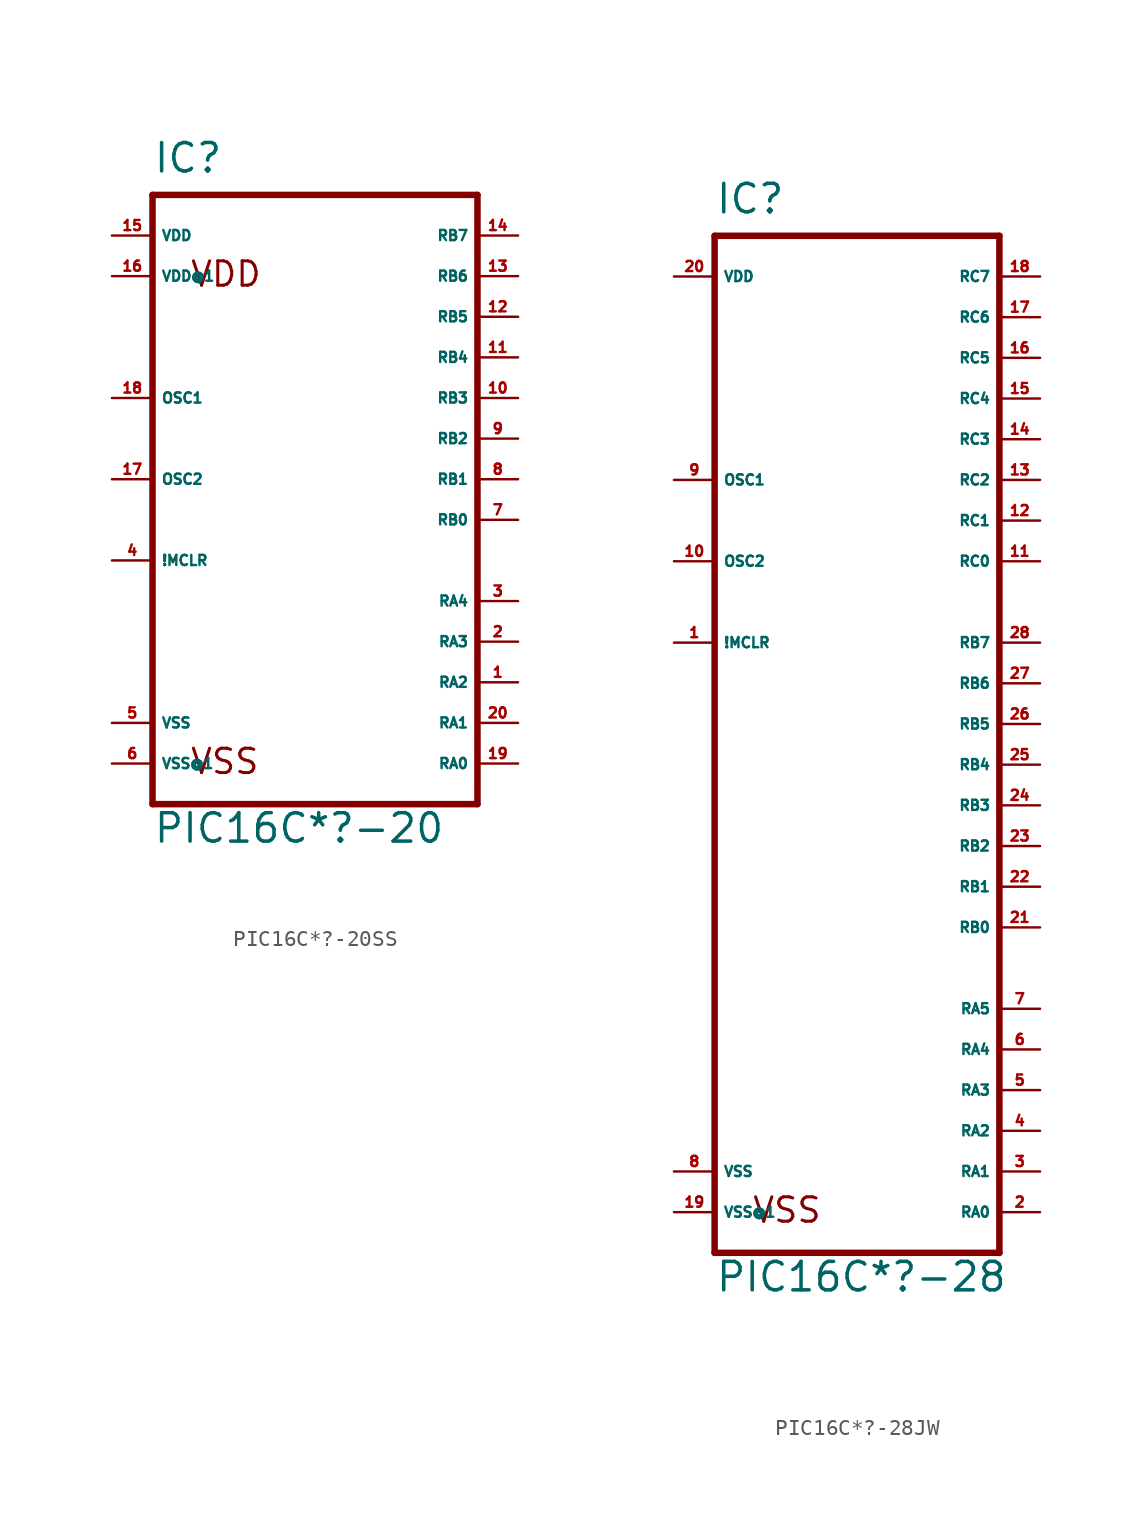
<source format=kicad_sym>
(kicad_symbol_lib
  (version 20220914)
  (generator Eagle2Kicad)
  (symbol "PIC16C*?-20SS"
    (property "Reference" "IC"
      (at -10.16 19.05 0)
      (effects (font (size 1.778 1.778) (thickness 0.22)) (justify left bottom)))
    (property "Value" "PIC16C*?-20"
      (at -10.16 -22.86 0)
      (effects (font (size 1.778 1.778) (thickness 0.22)) (justify left bottom)))
    (polyline
      (pts (xy 10.16 -20.32) (xy -10.16 -20.32))
      (stroke (width 0.406) (type default))
      (fill (type none)))
    (polyline
      (pts (xy -10.16 -20.32) (xy -10.16 17.78))
      (stroke (width 0.406) (type default))
      (fill (type none)))
    (polyline
      (pts (xy -10.16 17.78) (xy 10.16 17.78))
      (stroke (width 0.406) (type default))
      (fill (type none)))
    (polyline
      (pts (xy 10.16 17.78) (xy 10.16 -20.32))
      (stroke (width 0.406) (type default))
      (fill (type none)))
    (text "VDD"
      (at -7.874 11.938 0)
      (effects (font (size 1.524 1.524) (thickness 0.19)) (justify left bottom)))
    (text "VSS"
      (at -7.874 -18.542 0)
      (effects (font (size 1.524 1.524) (thickness 0.19)) (justify left bottom)))
    (pin input line
      (at -12.7 -5.08 0)
      (length 2.54)
      (name "!MCLR" (effects (font (size 0.635 0.635) (thickness 0.08)) (justify left bottom)))
      (number "4" (effects (font (size 0.635 0.635) (thickness 0.08)) (justify left bottom))))
    (pin input line
      (at -12.7 5.08 0)
      (length 2.54)
      (name "OSC1" (effects (font (size 0.635 0.635) (thickness 0.08)) (justify left bottom)))
      (number "18" (effects (font (size 0.635 0.635) (thickness 0.08)) (justify left bottom))))
    (pin bidirectional line
      (at 12.7 -17.78 180)
      (length 2.54)
      (name "RA0" (effects (font (size 0.635 0.635) (thickness 0.08)) (justify left bottom)))
      (number "19" (effects (font (size 0.635 0.635) (thickness 0.08)) (justify left bottom))))
    (pin bidirectional line
      (at 12.7 -15.24 180)
      (length 2.54)
      (name "RA1" (effects (font (size 0.635 0.635) (thickness 0.08)) (justify left bottom)))
      (number "20" (effects (font (size 0.635 0.635) (thickness 0.08)) (justify left bottom))))
    (pin bidirectional line
      (at 12.7 -12.7 180)
      (length 2.54)
      (name "RA2" (effects (font (size 0.635 0.635) (thickness 0.08)) (justify left bottom)))
      (number "1" (effects (font (size 0.635 0.635) (thickness 0.08)) (justify left bottom))))
    (pin bidirectional line
      (at 12.7 -10.16 180)
      (length 2.54)
      (name "RA3" (effects (font (size 0.635 0.635) (thickness 0.08)) (justify left bottom)))
      (number "2" (effects (font (size 0.635 0.635) (thickness 0.08)) (justify left bottom))))
    (pin bidirectional line
      (at 12.7 -7.62 180)
      (length 2.54)
      (name "RA4" (effects (font (size 0.635 0.635) (thickness 0.08)) (justify left bottom)))
      (number "3" (effects (font (size 0.635 0.635) (thickness 0.08)) (justify left bottom))))
    (pin bidirectional line
      (at 12.7 -2.54 180)
      (length 2.54)
      (name "RB0" (effects (font (size 0.635 0.635) (thickness 0.08)) (justify left bottom)))
      (number "7" (effects (font (size 0.635 0.635) (thickness 0.08)) (justify left bottom))))
    (pin bidirectional line
      (at 12.7 0 180)
      (length 2.54)
      (name "RB1" (effects (font (size 0.635 0.635) (thickness 0.08)) (justify left bottom)))
      (number "8" (effects (font (size 0.635 0.635) (thickness 0.08)) (justify left bottom))))
    (pin bidirectional line
      (at 12.7 2.54 180)
      (length 2.54)
      (name "RB2" (effects (font (size 0.635 0.635) (thickness 0.08)) (justify left bottom)))
      (number "9" (effects (font (size 0.635 0.635) (thickness 0.08)) (justify left bottom))))
    (pin bidirectional line
      (at 12.7 5.08 180)
      (length 2.54)
      (name "RB3" (effects (font (size 0.635 0.635) (thickness 0.08)) (justify left bottom)))
      (number "10" (effects (font (size 0.635 0.635) (thickness 0.08)) (justify left bottom))))
    (pin bidirectional line
      (at 12.7 7.62 180)
      (length 2.54)
      (name "RB4" (effects (font (size 0.635 0.635) (thickness 0.08)) (justify left bottom)))
      (number "11" (effects (font (size 0.635 0.635) (thickness 0.08)) (justify left bottom))))
    (pin bidirectional line
      (at 12.7 10.16 180)
      (length 2.54)
      (name "RB5" (effects (font (size 0.635 0.635) (thickness 0.08)) (justify left bottom)))
      (number "12" (effects (font (size 0.635 0.635) (thickness 0.08)) (justify left bottom))))
    (pin bidirectional line
      (at 12.7 12.7 180)
      (length 2.54)
      (name "RB6" (effects (font (size 0.635 0.635) (thickness 0.08)) (justify left bottom)))
      (number "13" (effects (font (size 0.635 0.635) (thickness 0.08)) (justify left bottom))))
    (pin bidirectional line
      (at 12.7 15.24 180)
      (length 2.54)
      (name "RB7" (effects (font (size 0.635 0.635) (thickness 0.08)) (justify left bottom)))
      (number "14" (effects (font (size 0.635 0.635) (thickness 0.08)) (justify left bottom))))
    (pin output line
      (at -12.7 0 0)
      (length 2.54)
      (name "OSC2" (effects (font (size 0.635 0.635) (thickness 0.08)) (justify left bottom)))
      (number "17" (effects (font (size 0.635 0.635) (thickness 0.08)) (justify left bottom))))
    (pin unspecified line
      (at -12.7 -15.24 0)
      (length 2.54)
      (name "VSS" (effects (font (size 0.635 0.635) (thickness 0.08)) (justify left bottom)))
      (number "5" (effects (font (size 0.635 0.635) (thickness 0.08)) (justify left bottom))))
    (pin unspecified line
      (at -12.7 -17.78 0)
      (length 2.54)
      (name "VSS@1" (effects (font (size 0.635 0.635) (thickness 0.08)) (justify left bottom)))
      (number "6" (effects (font (size 0.635 0.635) (thickness 0.08)) (justify left bottom))))
    (pin unspecified line
      (at -12.7 15.24 0)
      (length 2.54)
      (name "VDD" (effects (font (size 0.635 0.635) (thickness 0.08)) (justify left bottom)))
      (number "15" (effects (font (size 0.635 0.635) (thickness 0.08)) (justify left bottom))))
    (pin unspecified line
      (at -12.7 12.7 0)
      (length 2.54)
      (name "VDD@1" (effects (font (size 0.635 0.635) (thickness 0.08)) (justify left bottom)))
      (number "16" (effects (font (size 0.635 0.635) (thickness 0.08)) (justify left bottom)))))
  (symbol "PIC16C*?-28JW"
    (property "Reference" "IC"
      (at -7.62 31.75 0)
      (effects (font (size 1.778 1.778) (thickness 0.22)) (justify left bottom)))
    (property "Value" "PIC16C*?-28"
      (at -7.62 -35.56 0)
      (effects (font (size 1.778 1.778) (thickness 0.22)) (justify left bottom)))
    (polyline
      (pts (xy -7.62 -33.02) (xy 10.16 -33.02))
      (stroke (width 0.406) (type default))
      (fill (type none)))
    (polyline
      (pts (xy 10.16 -33.02) (xy 10.16 30.48))
      (stroke (width 0.406) (type default))
      (fill (type none)))
    (polyline
      (pts (xy 10.16 30.48) (xy -7.62 30.48))
      (stroke (width 0.406) (type default))
      (fill (type none)))
    (polyline
      (pts (xy -7.62 30.48) (xy -7.62 -33.02))
      (stroke (width 0.406) (type default))
      (fill (type none)))
    (text "VSS"
      (at -5.334 -31.242 0)
      (effects (font (size 1.524 1.524) (thickness 0.19)) (justify left bottom)))
    (pin input line
      (at -10.16 5.08 0)
      (length 2.54)
      (name "!MCLR" (effects (font (size 0.635 0.635) (thickness 0.08)) (justify left bottom)))
      (number "1" (effects (font (size 0.635 0.635) (thickness 0.08)) (justify left bottom))))
    (pin bidirectional line
      (at -10.16 15.24 0)
      (length 2.54)
      (name "OSC1" (effects (font (size 0.635 0.635) (thickness 0.08)) (justify left bottom)))
      (number "9" (effects (font (size 0.635 0.635) (thickness 0.08)) (justify left bottom))))
    (pin bidirectional line
      (at 12.7 -30.48 180)
      (length 2.54)
      (name "RA0" (effects (font (size 0.635 0.635) (thickness 0.08)) (justify left bottom)))
      (number "2" (effects (font (size 0.635 0.635) (thickness 0.08)) (justify left bottom))))
    (pin bidirectional line
      (at 12.7 -27.94 180)
      (length 2.54)
      (name "RA1" (effects (font (size 0.635 0.635) (thickness 0.08)) (justify left bottom)))
      (number "3" (effects (font (size 0.635 0.635) (thickness 0.08)) (justify left bottom))))
    (pin bidirectional line
      (at 12.7 -25.4 180)
      (length 2.54)
      (name "RA2" (effects (font (size 0.635 0.635) (thickness 0.08)) (justify left bottom)))
      (number "4" (effects (font (size 0.635 0.635) (thickness 0.08)) (justify left bottom))))
    (pin bidirectional line
      (at 12.7 -22.86 180)
      (length 2.54)
      (name "RA3" (effects (font (size 0.635 0.635) (thickness 0.08)) (justify left bottom)))
      (number "5" (effects (font (size 0.635 0.635) (thickness 0.08)) (justify left bottom))))
    (pin bidirectional line
      (at 12.7 -20.32 180)
      (length 2.54)
      (name "RA4" (effects (font (size 0.635 0.635) (thickness 0.08)) (justify left bottom)))
      (number "6" (effects (font (size 0.635 0.635) (thickness 0.08)) (justify left bottom))))
    (pin bidirectional line
      (at 12.7 -17.78 180)
      (length 2.54)
      (name "RA5" (effects (font (size 0.635 0.635) (thickness 0.08)) (justify left bottom)))
      (number "7" (effects (font (size 0.635 0.635) (thickness 0.08)) (justify left bottom))))
    (pin bidirectional line
      (at -10.16 10.16 0)
      (length 2.54)
      (name "OSC2" (effects (font (size 0.635 0.635) (thickness 0.08)) (justify left bottom)))
      (number "10" (effects (font (size 0.635 0.635) (thickness 0.08)) (justify left bottom))))
    (pin bidirectional line
      (at 12.7 27.94 180)
      (length 2.54)
      (name "RC7" (effects (font (size 0.635 0.635) (thickness 0.08)) (justify left bottom)))
      (number "18" (effects (font (size 0.635 0.635) (thickness 0.08)) (justify left bottom))))
    (pin bidirectional line
      (at 12.7 25.4 180)
      (length 2.54)
      (name "RC6" (effects (font (size 0.635 0.635) (thickness 0.08)) (justify left bottom)))
      (number "17" (effects (font (size 0.635 0.635) (thickness 0.08)) (justify left bottom))))
    (pin bidirectional line
      (at 12.7 22.86 180)
      (length 2.54)
      (name "RC5" (effects (font (size 0.635 0.635) (thickness 0.08)) (justify left bottom)))
      (number "16" (effects (font (size 0.635 0.635) (thickness 0.08)) (justify left bottom))))
    (pin bidirectional line
      (at 12.7 20.32 180)
      (length 2.54)
      (name "RC4" (effects (font (size 0.635 0.635) (thickness 0.08)) (justify left bottom)))
      (number "15" (effects (font (size 0.635 0.635) (thickness 0.08)) (justify left bottom))))
    (pin bidirectional line
      (at 12.7 17.78 180)
      (length 2.54)
      (name "RC3" (effects (font (size 0.635 0.635) (thickness 0.08)) (justify left bottom)))
      (number "14" (effects (font (size 0.635 0.635) (thickness 0.08)) (justify left bottom))))
    (pin bidirectional line
      (at 12.7 15.24 180)
      (length 2.54)
      (name "RC2" (effects (font (size 0.635 0.635) (thickness 0.08)) (justify left bottom)))
      (number "13" (effects (font (size 0.635 0.635) (thickness 0.08)) (justify left bottom))))
    (pin bidirectional line
      (at 12.7 12.7 180)
      (length 2.54)
      (name "RC1" (effects (font (size 0.635 0.635) (thickness 0.08)) (justify left bottom)))
      (number "12" (effects (font (size 0.635 0.635) (thickness 0.08)) (justify left bottom))))
    (pin bidirectional line
      (at 12.7 10.16 180)
      (length 2.54)
      (name "RC0" (effects (font (size 0.635 0.635) (thickness 0.08)) (justify left bottom)))
      (number "11" (effects (font (size 0.635 0.635) (thickness 0.08)) (justify left bottom))))
    (pin bidirectional line
      (at 12.7 5.08 180)
      (length 2.54)
      (name "RB7" (effects (font (size 0.635 0.635) (thickness 0.08)) (justify left bottom)))
      (number "28" (effects (font (size 0.635 0.635) (thickness 0.08)) (justify left bottom))))
    (pin bidirectional line
      (at 12.7 2.54 180)
      (length 2.54)
      (name "RB6" (effects (font (size 0.635 0.635) (thickness 0.08)) (justify left bottom)))
      (number "27" (effects (font (size 0.635 0.635) (thickness 0.08)) (justify left bottom))))
    (pin bidirectional line
      (at 12.7 0 180)
      (length 2.54)
      (name "RB5" (effects (font (size 0.635 0.635) (thickness 0.08)) (justify left bottom)))
      (number "26" (effects (font (size 0.635 0.635) (thickness 0.08)) (justify left bottom))))
    (pin bidirectional line
      (at 12.7 -2.54 180)
      (length 2.54)
      (name "RB4" (effects (font (size 0.635 0.635) (thickness 0.08)) (justify left bottom)))
      (number "25" (effects (font (size 0.635 0.635) (thickness 0.08)) (justify left bottom))))
    (pin bidirectional line
      (at 12.7 -5.08 180)
      (length 2.54)
      (name "RB3" (effects (font (size 0.635 0.635) (thickness 0.08)) (justify left bottom)))
      (number "24" (effects (font (size 0.635 0.635) (thickness 0.08)) (justify left bottom))))
    (pin bidirectional line
      (at 12.7 -7.62 180)
      (length 2.54)
      (name "RB2" (effects (font (size 0.635 0.635) (thickness 0.08)) (justify left bottom)))
      (number "23" (effects (font (size 0.635 0.635) (thickness 0.08)) (justify left bottom))))
    (pin bidirectional line
      (at 12.7 -10.16 180)
      (length 2.54)
      (name "RB1" (effects (font (size 0.635 0.635) (thickness 0.08)) (justify left bottom)))
      (number "22" (effects (font (size 0.635 0.635) (thickness 0.08)) (justify left bottom))))
    (pin bidirectional line
      (at 12.7 -12.7 180)
      (length 2.54)
      (name "RB0" (effects (font (size 0.635 0.635) (thickness 0.08)) (justify left bottom)))
      (number "21" (effects (font (size 0.635 0.635) (thickness 0.08)) (justify left bottom))))
    (pin unspecified line
      (at -10.16 -30.48 0)
      (length 2.54)
      (name "VSS@1" (effects (font (size 0.635 0.635) (thickness 0.08)) (justify left bottom)))
      (number "19" (effects (font (size 0.635 0.635) (thickness 0.08)) (justify left bottom))))
    (pin unspecified line
      (at -10.16 -27.94 0)
      (length 2.54)
      (name "VSS" (effects (font (size 0.635 0.635) (thickness 0.08)) (justify left bottom)))
      (number "8" (effects (font (size 0.635 0.635) (thickness 0.08)) (justify left bottom))))
    (pin unspecified line
      (at -10.16 27.94 0)
      (length 2.54)
      (name "VDD" (effects (font (size 0.635 0.635) (thickness 0.08)) (justify left bottom)))
      (number "20" (effects (font (size 0.635 0.635) (thickness 0.08)) (justify left bottom))))))
</source>
